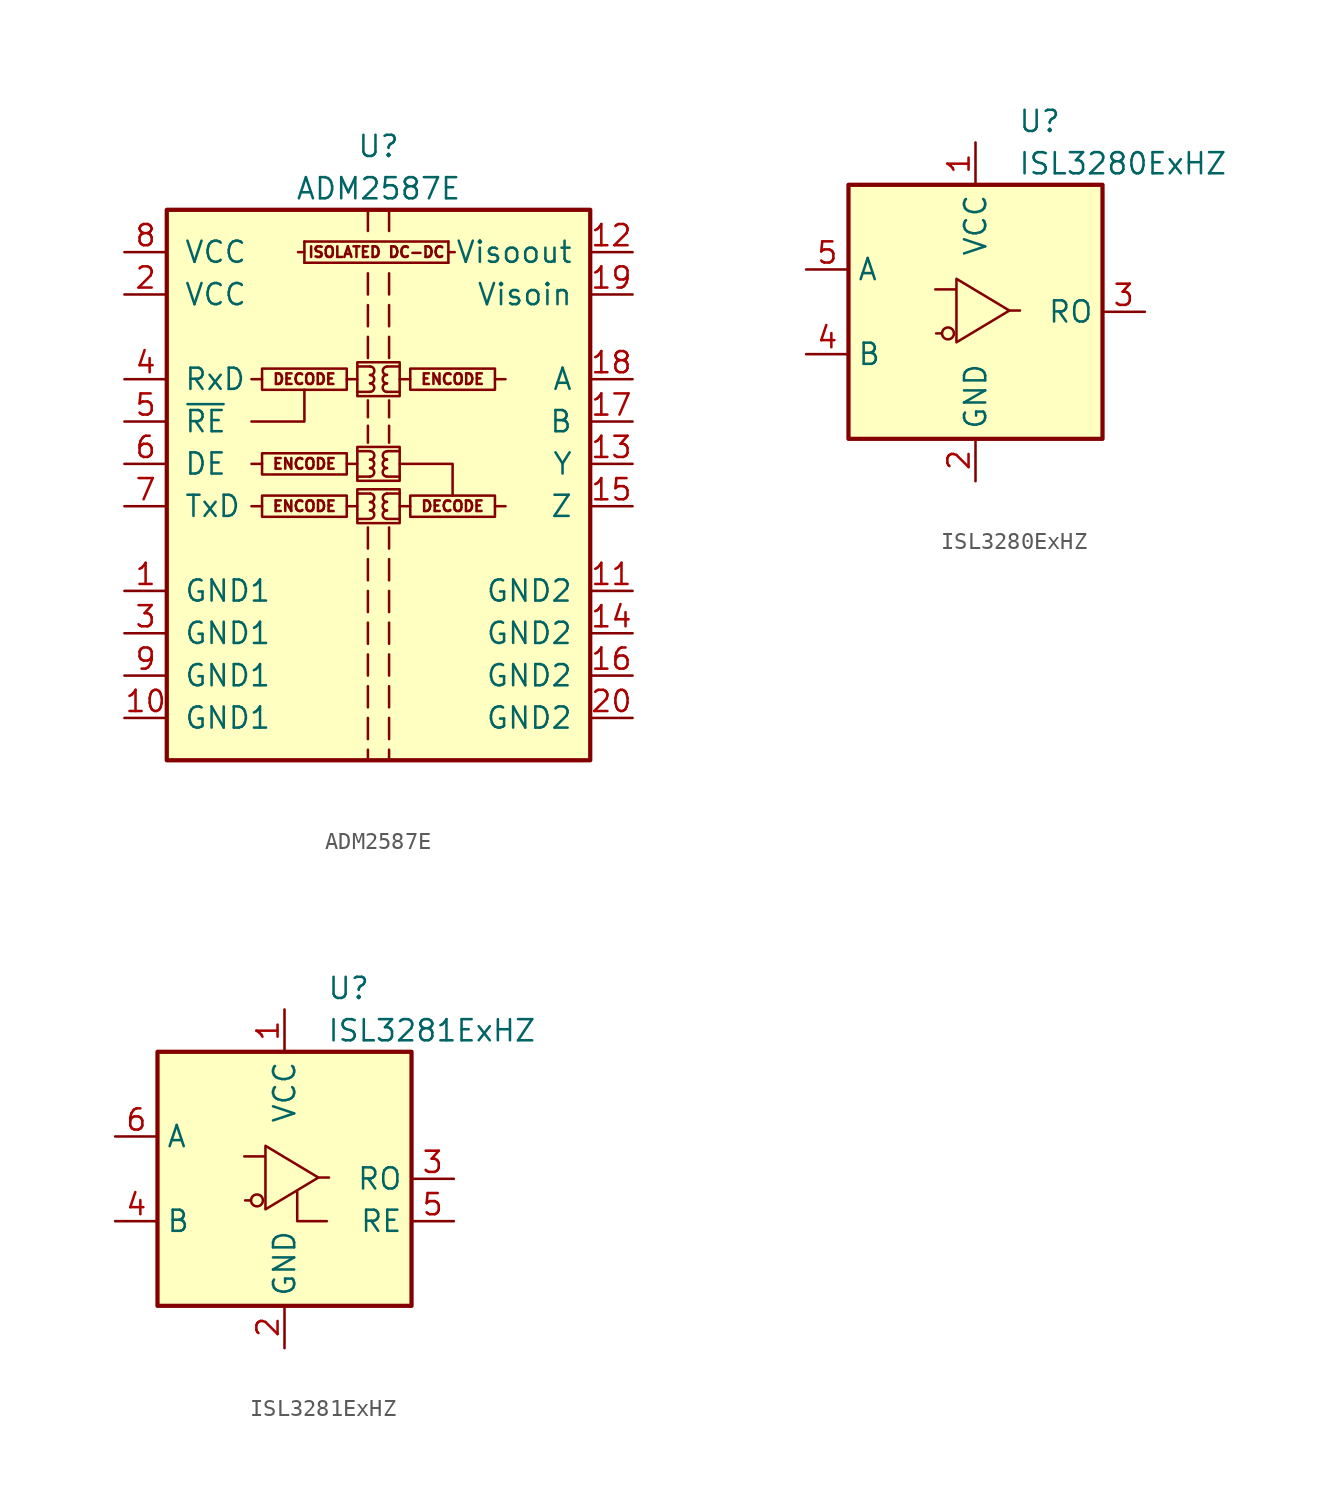
<source format=kicad_sym>
(kicad_symbol_lib
  (version 20201005)
  (generator kicad_symbol_editor)
  (symbol "ADM2587E"
    (pin_names
      (offset 1.016))
    (property "Reference" "U"
      (at 0 21.59 0)
      (effects (font (size 1.27 1.27))))
    (property "Value" "ADM2587E"
      (at 0 19.05 0)
      (effects (font (size 1.27 1.27))))
    (symbol "ADM2587E_0_0"
      (arc (start -0.508 -0.762) (end -0.508 -0.254) (radius (at -0.508 -0.508) (length 0.254) (angles -89.9 89.9)) (stroke (width 0)) (fill (type none)))
      (arc (start -0.508 -0.254) (end -0.508 0.254) (radius (at -0.508 0) (length 0.254) (angles -89.9 89.9)) (stroke (width 0)) (fill (type none)))
      (arc (start -0.508 0.254) (end -0.508 0.762) (radius (at -0.508 0.508) (length 0.254) (angles -89.9 89.9)) (stroke (width 0)) (fill (type none)))
      (arc (start -0.508 1.778) (end -0.508 2.286) (radius (at -0.508 2.032) (length 0.254) (angles -89.9 89.9)) (stroke (width 0)) (fill (type none)))
      (arc (start -0.508 2.286) (end -0.508 2.794) (radius (at -0.508 2.54) (length 0.254) (angles -89.9 89.9)) (stroke (width 0)) (fill (type none)))
      (arc (start -0.508 2.794) (end -0.508 3.302) (radius (at -0.508 3.048) (length 0.254) (angles -89.9 89.9)) (stroke (width 0)) (fill (type none)))
      (arc (start -0.508 6.858) (end -0.508 7.366) (radius (at -0.508 7.112) (length 0.254) (angles -89.9 89.9)) (stroke (width 0)) (fill (type none)))
      (arc (start -0.508 7.366) (end -0.508 7.874) (radius (at -0.508 7.62) (length 0.254) (angles -89.9 89.9)) (stroke (width 0)) (fill (type none)))
      (arc (start -0.508 7.874) (end -0.508 8.382) (radius (at -0.508 8.128) (length 0.254) (angles -89.9 89.9)) (stroke (width 0)) (fill (type none)))
      (arc (start 0.508 -0.254) (end 0.508 -0.762) (radius (at 0.508 -0.508) (length 0.254) (angles 90.1 -90.1)) (stroke (width 0)) (fill (type none)))
      (arc (start 0.508 0.254) (end 0.508 -0.254) (radius (at 0.508 0) (length 0.254) (angles 90.1 -90.1)) (stroke (width 0)) (fill (type none)))
      (arc (start 0.508 0.762) (end 0.508 0.254) (radius (at 0.508 0.508) (length 0.254) (angles 90.1 -90.1)) (stroke (width 0)) (fill (type none)))
      (arc (start 0.508 2.286) (end 0.508 1.778) (radius (at 0.508 2.032) (length 0.254) (angles 90.1 -90.1)) (stroke (width 0)) (fill (type none)))
      (arc (start 0.508 2.794) (end 0.508 2.286) (radius (at 0.508 2.54) (length 0.254) (angles 90.1 -90.1)) (stroke (width 0)) (fill (type none)))
      (arc (start 0.508 3.302) (end 0.508 2.794) (radius (at 0.508 3.048) (length 0.254) (angles 90.1 -90.1)) (stroke (width 0)) (fill (type none)))
      (arc (start 0.508 7.366) (end 0.508 6.858) (radius (at 0.508 7.112) (length 0.254) (angles 90.1 -90.1)) (stroke (width 0)) (fill (type none)))
      (arc (start 0.508 7.874) (end 0.508 7.366) (radius (at 0.508 7.62) (length 0.254) (angles 90.1 -90.1)) (stroke (width 0)) (fill (type none)))
      (arc (start 0.508 8.382) (end 0.508 7.874) (radius (at 0.508 8.128) (length 0.254) (angles 90.1 -90.1)) (stroke (width 0)) (fill (type none)))
      (text "DECODE" (at -4.445 7.62 0) (effects (font (size 0.635 0.635))))
      (text "DECODE" (at 4.445 0 0) (effects (font (size 0.635 0.635))))
      (text "ENCODE" (at -4.445 0 0) (effects (font (size 0.635 0.635))))
      (text "ENCODE" (at -4.445 2.54 0) (effects (font (size 0.635 0.635))))
      (text "ENCODE" (at 4.445 7.62 0) (effects (font (size 0.635 0.635))))
      (text "ISOLATED DC-DC" (at -0.127 15.24 0) (effects (font (size 0.635 0.635))))
      (rectangle (start -1.905 0.635) (end -6.985 -0.635) (stroke (width 0)) (fill (type none)))
      (rectangle (start -1.27 1.016) (end 1.27 -1.016) (stroke (width 0)) (fill (type none)))
      (rectangle (start -1.27 3.556) (end 1.27 1.524) (stroke (width 0)) (fill (type none)))
      (rectangle (start -1.27 8.636) (end 1.27 6.604) (stroke (width 0)) (fill (type none)))
      (rectangle (start 1.905 0.635) (end 6.985 -0.635) (stroke (width 0)) (fill (type none)))
      (rectangle (start 1.905 8.255) (end 6.985 6.985) (stroke (width 0)) (fill (type none)))
      (polyline (pts (xy -6.985 0) (xy -7.62 0)) (stroke (width 0)) (fill (type none)))
      (polyline (pts (xy -6.985 2.54) (xy -7.62 2.54)) (stroke (width 0)) (fill (type none)))
      (polyline (pts (xy -6.985 7.62) (xy -7.62 7.62)) (stroke (width 0)) (fill (type none)))
      (polyline (pts (xy -4.445 14.605) (xy 4.191 14.605)) (stroke (width 0)) (fill (type none)))
      (polyline (pts (xy -4.445 15.24) (xy -4.826 15.24)) (stroke (width 0)) (fill (type none)))
      (polyline (pts (xy -4.445 15.875) (xy -4.445 14.605)) (stroke (width 0)) (fill (type none)))
      (polyline (pts (xy -1.905 0) (xy -1.27 0)) (stroke (width 0)) (fill (type none)))
      (polyline (pts (xy -1.905 2.54) (xy -1.27 2.54)) (stroke (width 0)) (fill (type none)))
      (polyline (pts (xy -1.905 7.62) (xy -1.27 7.62)) (stroke (width 0)) (fill (type none)))
      (polyline (pts (xy -1.27 -0.762) (xy -0.508 -0.762)) (stroke (width 0)) (fill (type none)))
      (polyline (pts (xy -1.27 0.762) (xy -0.508 0.762)) (stroke (width 0)) (fill (type none)))
      (polyline (pts (xy -1.27 1.778) (xy -0.508 1.778)) (stroke (width 0)) (fill (type none)))
      (polyline (pts (xy -1.27 3.302) (xy -0.508 3.302)) (stroke (width 0)) (fill (type none)))
      (polyline (pts (xy -1.27 6.858) (xy -0.508 6.858)) (stroke (width 0)) (fill (type none)))
      (polyline (pts (xy -1.27 8.382) (xy -0.508 8.382)) (stroke (width 0)) (fill (type none)))
      (polyline (pts (xy -0.635 -14.605) (xy -0.635 -15.24)) (stroke (width 0)) (fill (type none)))
      (polyline (pts (xy -0.635 -12.7) (xy -0.635 -13.97)) (stroke (width 0)) (fill (type none)))
      (polyline (pts (xy -0.635 -10.795) (xy -0.635 -12.065)) (stroke (width 0)) (fill (type none)))
      (polyline (pts (xy -0.635 -8.89) (xy -0.635 -10.16)) (stroke (width 0)) (fill (type none)))
      (polyline (pts (xy -0.635 -6.985) (xy -0.635 -8.255)) (stroke (width 0)) (fill (type none)))
      (polyline (pts (xy -0.635 -5.08) (xy -0.635 -6.35)) (stroke (width 0)) (fill (type none)))
      (polyline (pts (xy -0.635 -3.175) (xy -0.635 -4.445)) (stroke (width 0)) (fill (type none)))
      (polyline (pts (xy -0.635 -1.27) (xy -0.635 -2.54)) (stroke (width 0)) (fill (type none)))
      (polyline (pts (xy -0.635 4.826) (xy -0.635 3.81)) (stroke (width 0)) (fill (type none)))
      (polyline (pts (xy -0.635 6.35) (xy -0.635 5.334)) (stroke (width 0)) (fill (type none)))
      (polyline (pts (xy -0.635 8.89) (xy -0.635 10.16)) (stroke (width 0)) (fill (type none)))
      (polyline (pts (xy -0.635 10.795) (xy -0.635 12.065)) (stroke (width 0)) (fill (type none)))
      (polyline (pts (xy -0.635 12.7) (xy -0.635 13.97)) (stroke (width 0)) (fill (type none)))
      (polyline (pts (xy -0.635 17.78) (xy -0.635 16.51)) (stroke (width 0)) (fill (type none)))
      (polyline (pts (xy 0.635 -14.605) (xy 0.635 -15.24)) (stroke (width 0)) (fill (type none)))
      (polyline (pts (xy 0.635 -12.7) (xy 0.635 -13.97)) (stroke (width 0)) (fill (type none)))
      (polyline (pts (xy 0.635 -10.795) (xy 0.635 -12.065)) (stroke (width 0)) (fill (type none)))
      (polyline (pts (xy 0.635 -8.89) (xy 0.635 -10.16)) (stroke (width 0)) (fill (type none)))
      (polyline (pts (xy 0.635 -6.985) (xy 0.635 -8.255)) (stroke (width 0)) (fill (type none)))
      (polyline (pts (xy 0.635 -5.08) (xy 0.635 -6.35)) (stroke (width 0)) (fill (type none)))
      (polyline (pts (xy 0.635 -3.175) (xy 0.635 -4.445)) (stroke (width 0)) (fill (type none)))
      (polyline (pts (xy 0.635 -1.27) (xy 0.635 -2.54)) (stroke (width 0)) (fill (type none)))
      (polyline (pts (xy 0.635 3.81) (xy 0.635 4.826)) (stroke (width 0)) (fill (type none)))
      (polyline (pts (xy 0.635 6.35) (xy 0.635 5.334)) (stroke (width 0)) (fill (type none)))
      (polyline (pts (xy 0.635 8.89) (xy 0.635 10.16)) (stroke (width 0)) (fill (type none)))
      (polyline (pts (xy 0.635 12.065) (xy 0.635 10.795)) (stroke (width 0)) (fill (type none)))
      (polyline (pts (xy 0.635 13.97) (xy 0.635 12.7)) (stroke (width 0)) (fill (type none)))
      (polyline (pts (xy 0.635 17.78) (xy 0.635 16.51)) (stroke (width 0)) (fill (type none)))
      (polyline (pts (xy 1.27 -0.762) (xy 0.508 -0.762)) (stroke (width 0)) (fill (type none)))
      (polyline (pts (xy 1.27 0.762) (xy 0.508 0.762)) (stroke (width 0)) (fill (type none)))
      (polyline (pts (xy 1.27 1.778) (xy 0.508 1.778)) (stroke (width 0)) (fill (type none)))
      (polyline (pts (xy 1.27 3.302) (xy 0.508 3.302)) (stroke (width 0)) (fill (type none)))
      (polyline (pts (xy 1.27 6.858) (xy 0.508 6.858)) (stroke (width 0)) (fill (type none)))
      (polyline (pts (xy 1.27 8.382) (xy 0.508 8.382)) (stroke (width 0)) (fill (type none)))
      (polyline (pts (xy 1.905 0) (xy 1.27 0)) (stroke (width 0)) (fill (type none)))
      (polyline (pts (xy 1.905 7.62) (xy 1.27 7.62)) (stroke (width 0)) (fill (type none)))
      (polyline (pts (xy 4.191 15.24) (xy 4.572 15.24)) (stroke (width 0)) (fill (type none)))
      (polyline (pts (xy 4.191 15.875) (xy -4.445 15.875)) (stroke (width 0)) (fill (type none)))
      (polyline (pts (xy 4.191 15.875) (xy 4.191 14.605)) (stroke (width 0)) (fill (type none)))
      (polyline (pts (xy 6.985 0) (xy 7.62 0)) (stroke (width 0)) (fill (type none)))
      (polyline (pts (xy 6.985 7.62) (xy 7.62 7.62)) (stroke (width 0)) (fill (type none))))
    (symbol "ADM2587E_0_1"
      (rectangle (start -1.905 3.175) (end -6.985 1.905) (stroke (width 0)) (fill (type none)))
      (rectangle (start -1.905 8.255) (end -6.985 6.985) (stroke (width 0)) (fill (type none)))
      (rectangle (start -12.7 17.78) (end 12.7 -15.24) (stroke (width 0.254)) (fill (type background)))
      (polyline (pts (xy -7.62 5.08) (xy -4.445 5.08) (xy -4.445 6.985)) (stroke (width 0)) (fill (type none)))
      (polyline (pts (xy 1.27 2.54) (xy 4.445 2.54) (xy 4.445 0.635)) (stroke (width 0)) (fill (type none))))
    (symbol "ADM2587E_1_1"
      (pin power_in line (at -15.24 -5.08 0) (length 2.54) (name "GND1" (effects (font (size 1.27 1.27)))) (number "1" (effects (font (size 1.27 1.27)))))
      (pin power_in line (at -15.24 -12.7 0) (length 2.54) (name "GND1" (effects (font (size 1.27 1.27)))) (number "10" (effects (font (size 1.27 1.27)))))
      (pin power_in line (at 15.24 -5.08 180) (length 2.54) (name "GND2" (effects (font (size 1.27 1.27)))) (number "11" (effects (font (size 1.27 1.27)))))
      (pin power_out line (at 15.24 15.24 180) (length 2.54) (name "Visoout" (effects (font (size 1.27 1.27)))) (number "12" (effects (font (size 1.27 1.27)))))
      (pin output line (at 15.24 2.54 180) (length 2.54) (name "Y" (effects (font (size 1.27 1.27)))) (number "13" (effects (font (size 1.27 1.27)))))
      (pin power_in line (at 15.24 -7.62 180) (length 2.54) (name "GND2" (effects (font (size 1.27 1.27)))) (number "14" (effects (font (size 1.27 1.27)))))
      (pin output line (at 15.24 0 180) (length 2.54) (name "Z" (effects (font (size 1.27 1.27)))) (number "15" (effects (font (size 1.27 1.27)))))
      (pin power_in line (at 15.24 -10.16 180) (length 2.54) (name "GND2" (effects (font (size 1.27 1.27)))) (number "16" (effects (font (size 1.27 1.27)))))
      (pin input line (at 15.24 5.08 180) (length 2.54) (name "B" (effects (font (size 1.27 1.27)))) (number "17" (effects (font (size 1.27 1.27)))))
      (pin input line (at 15.24 7.62 180) (length 2.54) (name "A" (effects (font (size 1.27 1.27)))) (number "18" (effects (font (size 1.27 1.27)))))
      (pin power_in line (at 15.24 12.7 180) (length 2.54) (name "Visoin" (effects (font (size 1.27 1.27)))) (number "19" (effects (font (size 1.27 1.27)))))
      (pin power_in line (at -15.24 12.7 0) (length 2.54) (name "VCC" (effects (font (size 1.27 1.27)))) (number "2" (effects (font (size 1.27 1.27)))))
      (pin power_in line (at 15.24 -12.7 180) (length 2.54) (name "GND2" (effects (font (size 1.27 1.27)))) (number "20" (effects (font (size 1.27 1.27)))))
      (pin power_in line (at -15.24 -7.62 0) (length 2.54) (name "GND1" (effects (font (size 1.27 1.27)))) (number "3" (effects (font (size 1.27 1.27)))))
      (pin output line (at -15.24 7.62 0) (length 2.54) (name "RxD" (effects (font (size 1.27 1.27)))) (number "4" (effects (font (size 1.27 1.27)))))
      (pin input line (at -15.24 5.08 0) (length 2.54) (name "~RE" (effects (font (size 1.27 1.27)))) (number "5" (effects (font (size 1.27 1.27)))))
      (pin input line (at -15.24 2.54 0) (length 2.54) (name "DE" (effects (font (size 1.27 1.27)))) (number "6" (effects (font (size 1.27 1.27)))))
      (pin input line (at -15.24 0 0) (length 2.54) (name "TxD" (effects (font (size 1.27 1.27)))) (number "7" (effects (font (size 1.27 1.27)))))
      (pin power_in line (at -15.24 15.24 0) (length 2.54) (name "VCC" (effects (font (size 1.27 1.27)))) (number "8" (effects (font (size 1.27 1.27)))))
      (pin power_in line (at -15.24 -10.16 0) (length 2.54) (name "GND1" (effects (font (size 1.27 1.27)))) (number "9" (effects (font (size 1.27 1.27)))))))
  (symbol "ISL3280ExHZ"
    (property "Reference" "U"
      (at 2.54 11.43 0)
      (effects (font (size 1.27 1.27)) (justify left)))
    (property "Value" "ISL3280ExHZ"
      (at 2.54 8.89 0)
      (effects (font (size 1.27 1.27)) (justify left)))
    (symbol "ISL3280ExHZ_0_1"
      (circle (center -1.651 -1.295) (radius 0.356) (stroke (width 0)) (fill (type none)))
      (rectangle (start 7.62 7.62) (end -7.62 -7.62) (stroke (width 0.254)) (fill (type background)))
      (polyline (pts (xy -2.057 -1.295) (xy -2.362 -1.295)) (stroke (width 0)) (fill (type none)))
      (polyline (pts (xy 2.032 0.076) (xy 2.667 0.076)) (stroke (width 0)) (fill (type none)))
      (polyline (pts (xy -1.143 1.981) (xy -1.143 -1.829) (xy 2.032 0.076) (xy -1.143 1.981) (xy -1.143 1.346) (xy -2.413 1.346)) (stroke (width 0)) (fill (type none))))
    (symbol "ISL3280ExHZ_1_1"
      (pin power_in line (at 0 10.16 270) (length 2.54) (name "VCC" (effects (font (size 1.27 1.27)))) (number "1" (effects (font (size 1.27 1.27)))))
      (pin power_in line (at 0 -10.16 90) (length 2.54) (name "GND" (effects (font (size 1.27 1.27)))) (number "2" (effects (font (size 1.27 1.27)))))
      (pin output line (at 10.16 0 180) (length 2.54) (name "RO" (effects (font (size 1.27 1.27)))) (number "3" (effects (font (size 1.27 1.27)))))
      (pin input line (at -10.16 -2.54 0) (length 2.54) (name "B" (effects (font (size 1.27 1.27)))) (number "4" (effects (font (size 1.27 1.27)))))
      (pin input line (at -10.16 2.54 0) (length 2.54) (name "A" (effects (font (size 1.27 1.27)))) (number "5" (effects (font (size 1.27 1.27)))))))
  (symbol "ISL3281ExHZ"
    (property "Reference" "U"
      (at 2.54 11.43 0)
      (effects (font (size 1.27 1.27)) (justify left)))
    (property "Value" "ISL3281ExHZ"
      (at 2.54 8.89 0)
      (effects (font (size 1.27 1.27)) (justify left)))
    (symbol "ISL3281ExHZ_0_1"
      (rectangle (start 7.62 7.62) (end -7.62 -7.62) (stroke (width 0.254)) (fill (type background)))
      (polyline (pts (xy 0.762 -0.762) (xy 0.762 -2.54) (xy 2.54 -2.54)) (stroke (width 0)) (fill (type none))))
    (symbol "ISL3281ExHZ_1_1"
      (circle (center -1.651 -1.295) (radius 0.356) (stroke (width 0)) (fill (type none)))
      (polyline (pts (xy -2.057 -1.295) (xy -2.362 -1.295)) (stroke (width 0)) (fill (type none)))
      (polyline (pts (xy 2.032 0.076) (xy 2.667 0.076)) (stroke (width 0)) (fill (type none)))
      (polyline (pts (xy -1.143 1.981) (xy -1.143 -1.829) (xy 2.032 0.076) (xy -1.143 1.981) (xy -1.143 1.346) (xy -2.413 1.346)) (stroke (width 0)) (fill (type none)))
      (pin power_in line (at 0 10.16 270) (length 2.54) (name "VCC" (effects (font (size 1.27 1.27)))) (number "1" (effects (font (size 1.27 1.27)))))
      (pin power_in line (at 0 -10.16 90) (length 2.54) (name "GND" (effects (font (size 1.27 1.27)))) (number "2" (effects (font (size 1.27 1.27)))))
      (pin output line (at 10.16 0 180) (length 2.54) (name "RO" (effects (font (size 1.27 1.27)))) (number "3" (effects (font (size 1.27 1.27)))))
      (pin input line (at -10.16 -2.54 0) (length 2.54) (name "B" (effects (font (size 1.27 1.27)))) (number "4" (effects (font (size 1.27 1.27)))))
      (pin input line (at 10.16 -2.54 180) (length 2.54) (name "RE" (effects (font (size 1.27 1.27)))) (number "5" (effects (font (size 1.27 1.27)))))
      (pin input line (at -10.16 2.54 0) (length 2.54) (name "A" (effects (font (size 1.27 1.27)))) (number "6" (effects (font (size 1.27 1.27))))))))
</source>
